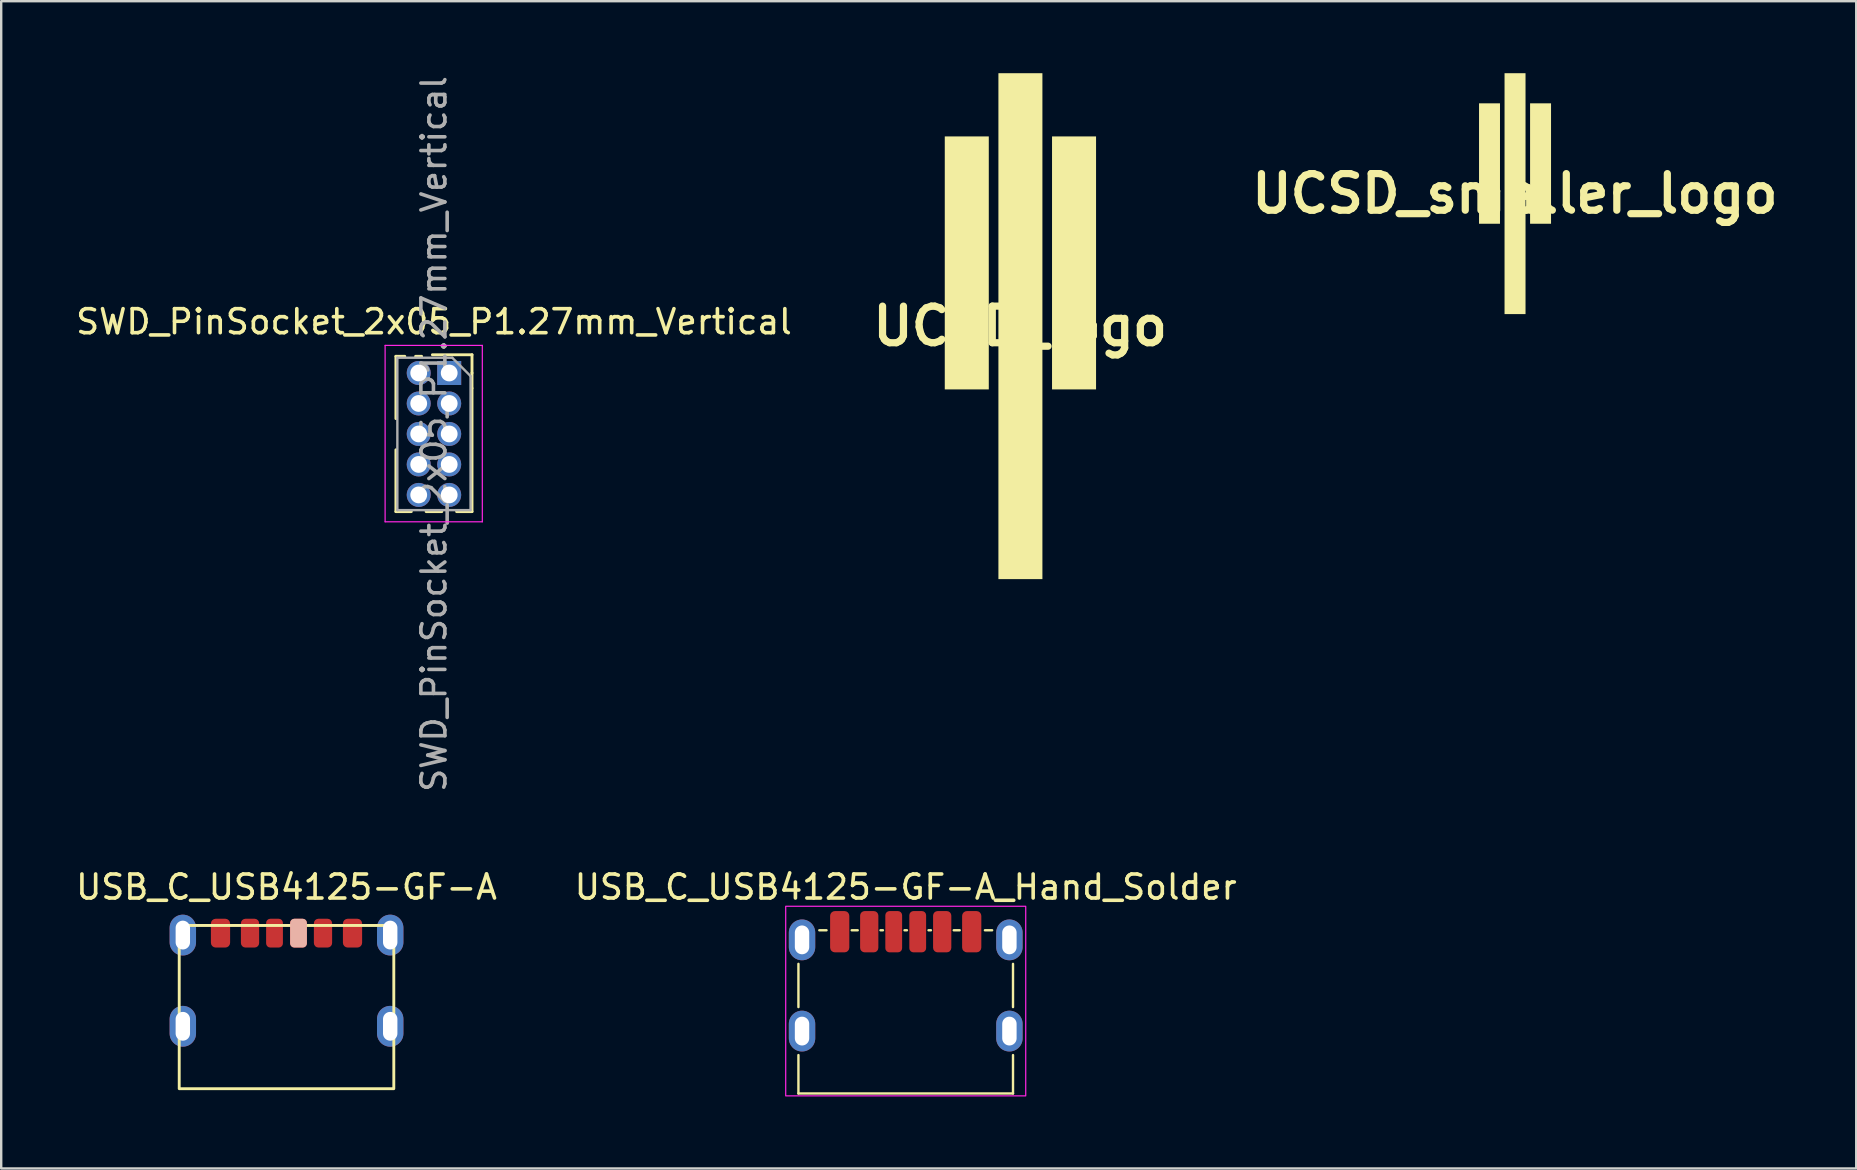
<source format=kicad_pcb>
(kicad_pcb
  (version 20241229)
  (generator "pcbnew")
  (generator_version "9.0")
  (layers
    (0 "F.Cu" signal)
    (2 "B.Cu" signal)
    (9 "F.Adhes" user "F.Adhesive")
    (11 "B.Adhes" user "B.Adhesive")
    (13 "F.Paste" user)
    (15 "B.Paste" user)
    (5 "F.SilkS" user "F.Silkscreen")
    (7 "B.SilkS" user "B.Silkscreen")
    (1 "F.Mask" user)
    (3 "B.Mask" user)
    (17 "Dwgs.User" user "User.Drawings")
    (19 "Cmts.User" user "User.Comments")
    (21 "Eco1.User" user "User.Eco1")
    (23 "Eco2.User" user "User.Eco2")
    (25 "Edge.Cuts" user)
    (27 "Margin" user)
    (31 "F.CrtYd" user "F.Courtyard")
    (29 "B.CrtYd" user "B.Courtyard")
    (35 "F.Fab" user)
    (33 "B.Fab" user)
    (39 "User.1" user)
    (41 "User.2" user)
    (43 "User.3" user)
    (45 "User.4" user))
  (footprint "SWD_PinSocket_2x05_P1.27mm_Vertical"
    (layer "F.Cu")
    (at 15.665 12.49)
    (property "Reference" "SWD_PinSocket_2x05_P1.27mm_Vertical" (at -0.635 -2.135 0) (layer "F.SilkS") (effects (font (size 1 1) (thickness 0.15))))
    (attr through_hole)
    (fp_line (start -2.22 -0.695) (end -2.22 1.9) (stroke (width 0.12) (type solid)) (layer "F.SilkS"))
    (fp_line (start -2.22 -0.695) (end -1.85 -0.695) (stroke (width 0.12) (type solid)) (layer "F.SilkS"))
    (fp_line (start -2.22 3.2) (end -2.22 5.775) (stroke (width 0.12) (type solid)) (layer "F.SilkS"))
    (fp_line (start -2.22 5.775) (end -1.578 5.775) (stroke (width 0.12) (type solid)) (layer "F.SilkS"))
    (fp_line (start -1.4 -0.695) (end -1.149 -0.695) (stroke (width 0.12) (type solid)) (layer "F.SilkS"))
    (fp_line (start -0.962 5.775) (end -0.308 5.775) (stroke (width 0.12) (type solid)) (layer "F.SilkS"))
    (fp_line (start -0.7 -0.76) (end 0.95 -0.76) (stroke (width 0.12) (type solid)) (layer "F.SilkS"))
    (fp_line (start 0.308 5.775) (end 0.95 5.775) (stroke (width 0.12) (type solid)) (layer "F.SilkS"))
    (fp_line (start 0.95 -0.76) (end 0.95 0) (stroke (width 0.12) (type solid)) (layer "F.SilkS"))
    (fp_line (start 0.95 0) (end 0.95 0.635) (stroke (width 0.12) (type solid)) (layer "F.SilkS"))
    (fp_line (start 0.95 0.635) (end 0.95 5.775) (stroke (width 0.12) (type solid)) (layer "F.SilkS"))
    (fp_line (start -2.67 -1.15) (end 1.38 -1.15) (stroke (width 0.05) (type solid)) (layer "F.CrtYd"))
    (fp_line (start -2.67 6.2) (end -2.67 -1.15) (stroke (width 0.05) (type solid)) (layer "F.CrtYd"))
    (fp_line (start 1.38 -1.15) (end 1.38 6.2) (stroke (width 0.05) (type solid)) (layer "F.CrtYd"))
    (fp_line (start 1.38 6.2) (end -2.67 6.2) (stroke (width 0.05) (type solid)) (layer "F.CrtYd"))
    (fp_line (start -2.16 -0.635) (end 0.128 -0.635) (stroke (width 0.1) (type solid)) (layer "F.Fab"))
    (fp_line (start -2.16 5.715) (end -2.16 -0.635) (stroke (width 0.1) (type solid)) (layer "F.Fab"))
    (fp_line (start 0.128 -0.635) (end 0.89 0.128) (stroke (width 0.1) (type solid)) (layer "F.Fab"))
    (fp_line (start 0.89 0.128) (end 0.89 5.715) (stroke (width 0.1) (type solid)) (layer "F.Fab"))
    (fp_line (start 0.89 5.715) (end -2.16 5.715) (stroke (width 0.1) (type solid)) (layer "F.Fab"))
    (fp_text user "${REFERENCE}" (at -0.635 2.54 90) (layer "F.Fab") (effects (font (size 1 1) (thickness 0.15))))
    (pad "1" thru_hole oval (at -1.27 0) (size 1 1) (drill 0.7) (layers "*.Cu" "*.Mask"))
    (pad "2" thru_hole rect (at 0 0) (size 1 1) (drill 0.7) (layers "*.Cu" "*.Mask"))
    (pad "3" thru_hole oval (at -1.27 1.27) (size 1 1) (drill 0.7) (layers "*.Cu" "*.Mask"))
    (pad "4" thru_hole oval (at 0 1.27) (size 1 1) (drill 0.7) (layers "*.Cu" "*.Mask"))
    (pad "5" thru_hole oval (at -1.27 2.54) (size 1 1) (drill 0.7) (layers "*.Cu" "*.Mask"))
    (pad "6" thru_hole oval (at 0 2.54) (size 1 1) (drill 0.7) (layers "*.Cu" "*.Mask"))
    (pad "7" thru_hole oval (at -1.27 3.81) (size 1 1) (drill 0.7) (layers "*.Cu" "*.Mask"))
    (pad "8" thru_hole oval (at 0 3.81) (size 1 1) (drill 0.7) (layers "*.Cu" "*.Mask"))
    (pad "9" thru_hole oval (at -1.27 5.08) (size 1 1) (drill 0.7) (layers "*.Cu" "*.Mask"))
    (pad "10" thru_hole oval (at 0 5.08) (size 1 1) (drill 0.7) (layers "*.Cu" "*.Mask")))
  (footprint "UCSD_logo"
    (layer "F.Cu")
    (at 39.453 10.539)
    (property "Reference" "UCSD_logo" (at 0 0 0) (layer "F.SilkS") (effects (font (size 1.524 1.524) (thickness 0.3))))
    (attr board_only exclude_from_pos_files exclude_from_bom)
    (fp_poly (pts (xy -1.307 2.635) (xy -3.141 2.635) (xy -3.141 -7.905) (xy -1.307 -7.905)) (stroke (width 0) (type solid)) (fill yes) (layer "F.SilkS"))
    (fp_poly (pts (xy 0.927 10.539) (xy -0.906 10.539) (xy -0.906 -10.539) (xy 0.927 -10.539)) (stroke (width 0) (type solid)) (fill yes) (layer "F.SilkS"))
    (fp_poly (pts (xy 3.162 2.635) (xy 1.328 2.635) (xy 1.328 -7.905) (xy 3.162 -7.905)) (stroke (width 0) (type solid)) (fill yes) (layer "F.SilkS")))
  (footprint "USB_C_USB4125-GF-A"
    (layer "F.Cu")
    (at 8.887 38.908)
    (property "Reference" "USB_C_USB4125-GF-A" (at 0 -5 0) (unlocked yes) (layer "F.SilkS") (effects (font (size 1 1) (thickness 0.15))))
    (attr smd)
    (fp_rect (start -4.47 -3.4) (end 4.47 3.4) (stroke (width 0.12) (type solid)) (fill no) (layer "F.SilkS"))
    (pad "" thru_hole oval (at -4.32 -3) (size 1.1 1.7) (drill oval 0.6 1.2) (layers "*.Cu" "*.Mask"))
    (pad "" thru_hole oval (at -4.32 0.8) (size 1.1 1.7) (drill oval 0.6 1.2) (layers "*.Cu" "*.Mask"))
    (pad "" thru_hole oval (at 4.32 -3) (size 1.1 1.7) (drill oval 0.6 1.2) (layers "*.Cu" "*.Mask"))
    (pad "" thru_hole oval (at 4.32 0.8) (size 1.1 1.7) (drill oval 0.6 1.2) (layers "*.Cu" "*.Mask"))
    (pad "A5" smd roundrect (at -0.5 -3.08) (size 0.7 1.2) (layers "F.Cu" "F.Mask" "F.Paste") (roundrect_rratio 0.25))
    (pad "A9" smd roundrect (at 1.52 -3.08) (size 0.76 1.2) (layers "F.Cu" "F.Mask" "F.Paste") (roundrect_rratio 0.25))
    (pad "A12" smd roundrect (at 2.75 -3.08) (size 0.8 1.2) (layers "F.Cu" "F.Mask" "F.Paste") (roundrect_rratio 0.25))
    (pad "B5" smd roundrect (at 0.5 -3.08) (size 0.7 1.2) (layers "F.Cu" "F.Mask" "B.SilkS" "F.Paste") (roundrect_rratio 0.25))
    (pad "B9" smd roundrect (at -1.52 -3.08) (size 0.76 1.2) (layers "F.Cu" "F.Mask" "F.Paste") (roundrect_rratio 0.25))
    (pad "B12" smd roundrect (at -2.75 -3.08) (size 0.8 1.2) (layers "F.Cu" "F.Mask" "F.Paste") (roundrect_rratio 0.25)))
  (footprint "USB_C_USB4125-GF-A_Hand_Solder"
    (layer "F.Cu")
    (at 34.685 39.108)
    (property "Reference" "USB_C_USB4125-GF-A_Hand_Solder" (at 0 -5.2 0) (unlocked yes) (layer "F.SilkS") (effects (font (size 1 1) (thickness 0.15))))
    (attr smd)
    (fp_line (start -4.47 -0.2) (end -4.47 -2) (stroke (width 0.1) (type default)) (layer "F.SilkS"))
    (fp_line (start -4.47 3.4) (end -4.47 1.8) (stroke (width 0.1) (type default)) (layer "F.SilkS"))
    (fp_line (start -3.6 -3.4) (end -3.3 -3.4) (stroke (width 0.1) (type default)) (layer "F.SilkS"))
    (fp_line (start -2.25 -3.4) (end -2 -3.4) (stroke (width 0.1) (type default)) (layer "F.SilkS"))
    (fp_line (start -1.05 -3.4) (end -0.95 -3.4) (stroke (width 0.1) (type default)) (layer "F.SilkS"))
    (fp_line (start -0.05 -3.4) (end 0.05 -3.4) (stroke (width 0.1) (type default)) (layer "F.SilkS"))
    (fp_line (start 0.95 -3.4) (end 1.05 -3.4) (stroke (width 0.1) (type default)) (layer "F.SilkS"))
    (fp_line (start 2 -3.4) (end 2.25 -3.4) (stroke (width 0.1) (type default)) (layer "F.SilkS"))
    (fp_line (start 3.3 -3.4) (end 3.6 -3.4) (stroke (width 0.1) (type default)) (layer "F.SilkS"))
    (fp_line (start 4.47 -2) (end 4.47 -0.2) (stroke (width 0.1) (type default)) (layer "F.SilkS"))
    (fp_line (start 4.47 1.8) (end 4.47 3.4) (stroke (width 0.1) (type default)) (layer "F.SilkS"))
    (fp_line (start 4.47 3.4) (end -4.47 3.4) (stroke (width 0.1) (type default)) (layer "F.SilkS"))
    (fp_rect (start -5 -4.4) (end 5 3.5) (stroke (width 0.05) (type default)) (fill no) (layer "F.CrtYd"))
    (pad "A5" smd roundrect (at -0.5 -3.34) (size 0.7 1.72) (layers "F.Cu" "F.Mask" "F.Paste") (roundrect_rratio 0.25))
    (pad "A9" smd roundrect (at 1.52 -3.34) (size 0.76 1.72) (layers "F.Cu" "F.Mask" "F.Paste") (roundrect_rratio 0.25))
    (pad "A12" smd roundrect (at 2.75 -3.34) (size 0.8 1.72) (layers "F.Cu" "F.Mask" "F.Paste") (roundrect_rratio 0.25))
    (pad "B5" smd roundrect (at 0.5 -3.34) (size 0.7 1.72) (layers "F.Cu" "F.Mask" "F.Paste") (roundrect_rratio 0.25))
    (pad "B9" smd roundrect (at -1.52 -3.34) (size 0.76 1.72) (layers "F.Cu" "F.Mask" "F.Paste") (roundrect_rratio 0.25))
    (pad "B12" smd roundrect (at -2.75 -3.34) (size 0.8 1.72) (layers "F.Cu" "F.Mask" "F.Paste") (roundrect_rratio 0.25))
    (pad "S1" thru_hole oval (at -4.32 -3) (size 1.1 1.7) (drill oval 0.6 1.2) (layers "*.Cu" "*.Mask"))
    (pad "S1" thru_hole oval (at -4.32 0.8) (size 1.1 1.7) (drill oval 0.6 1.2) (layers "*.Cu" "*.Mask"))
    (pad "S1" thru_hole oval (at 4.32 -3) (size 1.1 1.7) (drill oval 0.6 1.2) (layers "*.Cu" "*.Mask"))
    (pad "S1" thru_hole oval (at 4.32 0.8) (size 1.1 1.7) (drill oval 0.6 1.2) (layers "*.Cu" "*.Mask")))
  (footprint "UCSD_smaller_logo"
    (layer "F.Cu")
    (at 60.066 5.018)
    (property "Reference" "UCSD_smaller_logo" (at 0 0 0) (layer "F.SilkS") (effects (font (size 1.524 1.524) (thickness 0.3))))
    (attr board_only exclude_from_pos_files exclude_from_bom)
    (fp_poly (pts (xy -0.622 1.254) (xy -1.495 1.254) (xy -1.495 -3.763) (xy -0.622 -3.763)) (stroke (width 0) (type solid)) (fill yes) (layer "F.SilkS"))
    (fp_poly (pts (xy 0.442 5.018) (xy -0.432 5.018) (xy -0.432 -5.018) (xy 0.442 -5.018)) (stroke (width 0) (type solid)) (fill yes) (layer "F.SilkS"))
    (fp_poly (pts (xy 1.505 1.254) (xy 0.632 1.254) (xy 0.632 -3.763) (xy 1.505 -3.763)) (stroke (width 0) (type solid)) (fill yes) (layer "F.SilkS")))
  (gr_rect
    (start -3 -3)
    (end 74.286 45.633)
    (stroke (width 0.1) (type default))
    (fill no)
    (layer "Edge.Cuts")))
</source>
